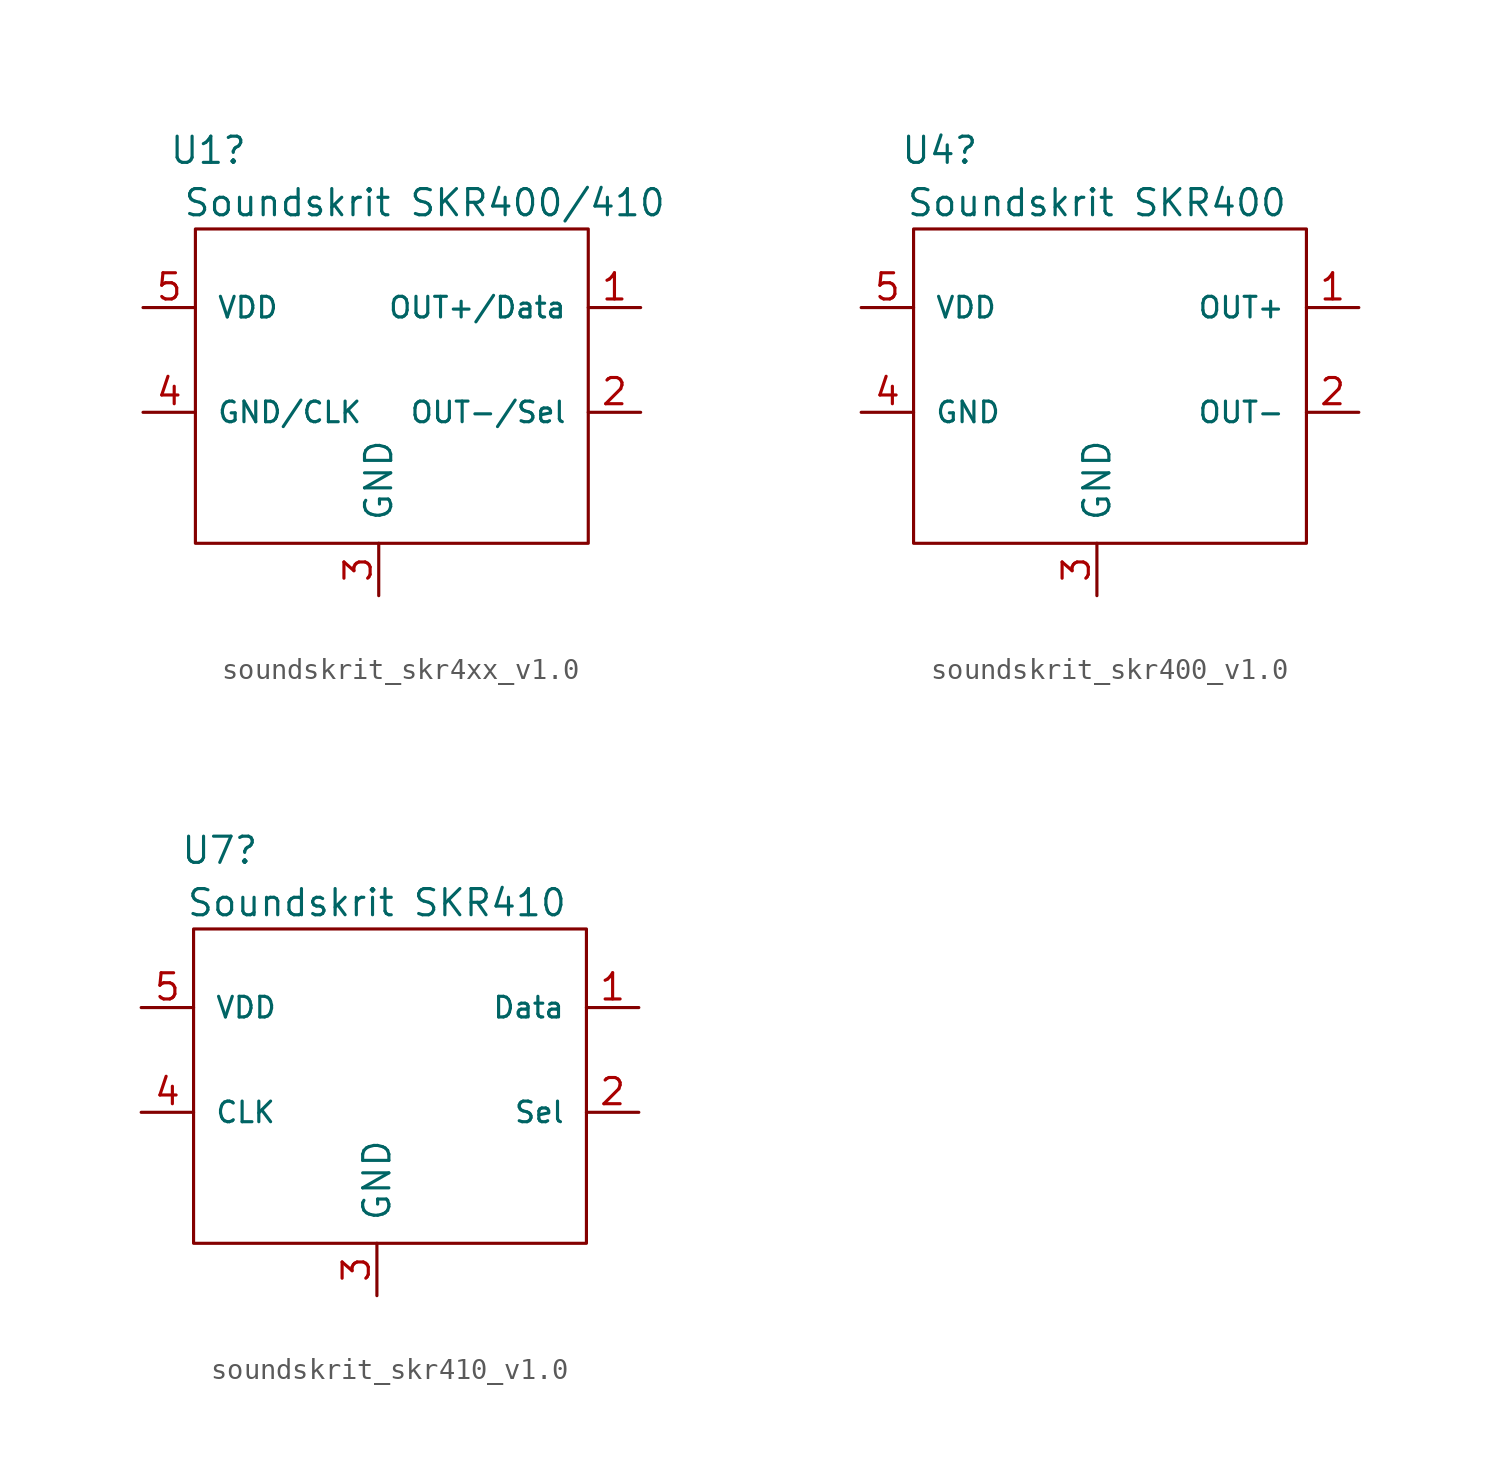
<source format=kicad_sym>
(kicad_symbol_lib
  (version 20220914)
  (generator kicad_symbol_editor)
  (symbol "soundskrit_skr4xx_v1.0"
    (pin_names
      (offset 1.016))
    (property "Reference" "U1"
      (at -1.27 2.54 0)
      (effects (font (size 1.27 1.27)) (justify right)))
    (property "Value" "Soundskrit SKR400/410"
      (at 19.05 0 0)
      (effects (font (size 1.27 1.27)) (justify right)))
    (symbol "soundskrit_skr4xx_v1.0_0_1"
      (polyline (pts (xy -3.81 -1.27) (xy 15.24 -1.27) (xy 15.24 -16.51) (xy 0 -16.51) (xy -3.81 -16.51) (xy -3.81 -8.89) (xy -3.81 -1.27)) (stroke (width 0) (type default)) (fill (type none))))
    (symbol "soundskrit_skr4xx_v1.0_1_1"
      (pin output line (at 17.78 -5.08 180) (length 2.54) (name "OUT+/Data" (effects (font (size 1 1)))) (number "1" (effects (font (size 1.27 1.27)))))
      (pin bidirectional line (at 17.78 -10.16 180) (length 2.54) (name "OUT-/Sel" (effects (font (size 1 1)))) (number "2" (effects (font (size 1.27 1.27)))))
      (pin power_in line (at 5.08 -19.05 90) (length 2.54) (name "GND" (effects (font (size 1.27 1.27)))) (number "3" (effects (font (size 1.27 1.27)))))
      (pin bidirectional line (at -6.35 -10.16 0) (length 2.54) (name "GND/CLK" (effects (font (size 1 1)))) (number "4" (effects (font (size 1.27 1.27)))))
      (pin power_in line (at -6.35 -5.08 0) (length 2.54) (name "VDD" (effects (font (size 1 1)))) (number "5" (effects (font (size 1.27 1.27)))))))
  (symbol "soundskrit_skr400_v1.0"
    (pin_names
      (offset 1.016))
    (property "Reference" "U4"
      (at -2.54 2.54 0)
      (effects (font (size 1.27 1.27))))
    (property "Value" "Soundskrit SKR400"
      (at 5.08 0 0)
      (effects (font (size 1.27 1.27))))
    (symbol "soundskrit_skr400_v1.0_0_1"
      (polyline (pts (xy -3.81 -1.27) (xy 15.24 -1.27) (xy 15.24 -16.51) (xy 0 -16.51) (xy -3.81 -16.51) (xy -3.81 -8.89) (xy -3.81 -1.27)) (stroke (width 0) (type default)) (fill (type none))))
    (symbol "soundskrit_skr400_v1.0_1_1"
      (pin output line (at 17.78 -5.08 180) (length 2.54) (name "OUT+" (effects (font (size 1 1)))) (number "1" (effects (font (size 1.27 1.27)))))
      (pin output line (at 17.78 -10.16 180) (length 2.54) (name "OUT-" (effects (font (size 1 1)))) (number "2" (effects (font (size 1.27 1.27)))))
      (pin power_in line (at 5.08 -19.05 90) (length 2.54) (name "GND" (effects (font (size 1.27 1.27)))) (number "3" (effects (font (size 1.27 1.27)))))
      (pin power_in line (at -6.35 -10.16 0) (length 2.54) (name "GND" (effects (font (size 1 1)))) (number "4" (effects (font (size 1.27 1.27)))))
      (pin power_in line (at -6.35 -5.08 0) (length 2.54) (name "VDD" (effects (font (size 1 1)))) (number "5" (effects (font (size 1.27 1.27)))))))
  (symbol "soundskrit_skr410_v1.0"
    (pin_names
      (offset 1.016))
    (property "Reference" "U7"
      (at -2.54 2.54 0)
      (effects (font (size 1.27 1.27))))
    (property "Value" "Soundskrit SKR410"
      (at 5.08 0 0)
      (effects (font (size 1.27 1.27))))
    (symbol "soundskrit_skr410_v1.0_0_1"
      (polyline (pts (xy -3.81 -1.27) (xy 15.24 -1.27) (xy 15.24 -16.51) (xy 0 -16.51) (xy -3.81 -16.51) (xy -3.81 -8.89) (xy -3.81 -1.27)) (stroke (width 0) (type default)) (fill (type none))))
    (symbol "soundskrit_skr410_v1.0_1_1"
      (pin output line (at 17.78 -5.08 180) (length 2.54) (name "Data" (effects (font (size 1 1)))) (number "1" (effects (font (size 1.27 1.27)))))
      (pin input line (at 17.78 -10.16 180) (length 2.54) (name "Sel" (effects (font (size 1 1)))) (number "2" (effects (font (size 1.27 1.27)))))
      (pin power_in line (at 5.08 -19.05 90) (length 2.54) (name "GND" (effects (font (size 1.27 1.27)))) (number "3" (effects (font (size 1.27 1.27)))))
      (pin input line (at -6.35 -10.16 0) (length 2.54) (name "CLK" (effects (font (size 1 1)))) (number "4" (effects (font (size 1.27 1.27)))))
      (pin power_in line (at -6.35 -5.08 0) (length 2.54) (name "VDD" (effects (font (size 1 1)))) (number "5" (effects (font (size 1.27 1.27))))))))
</source>
